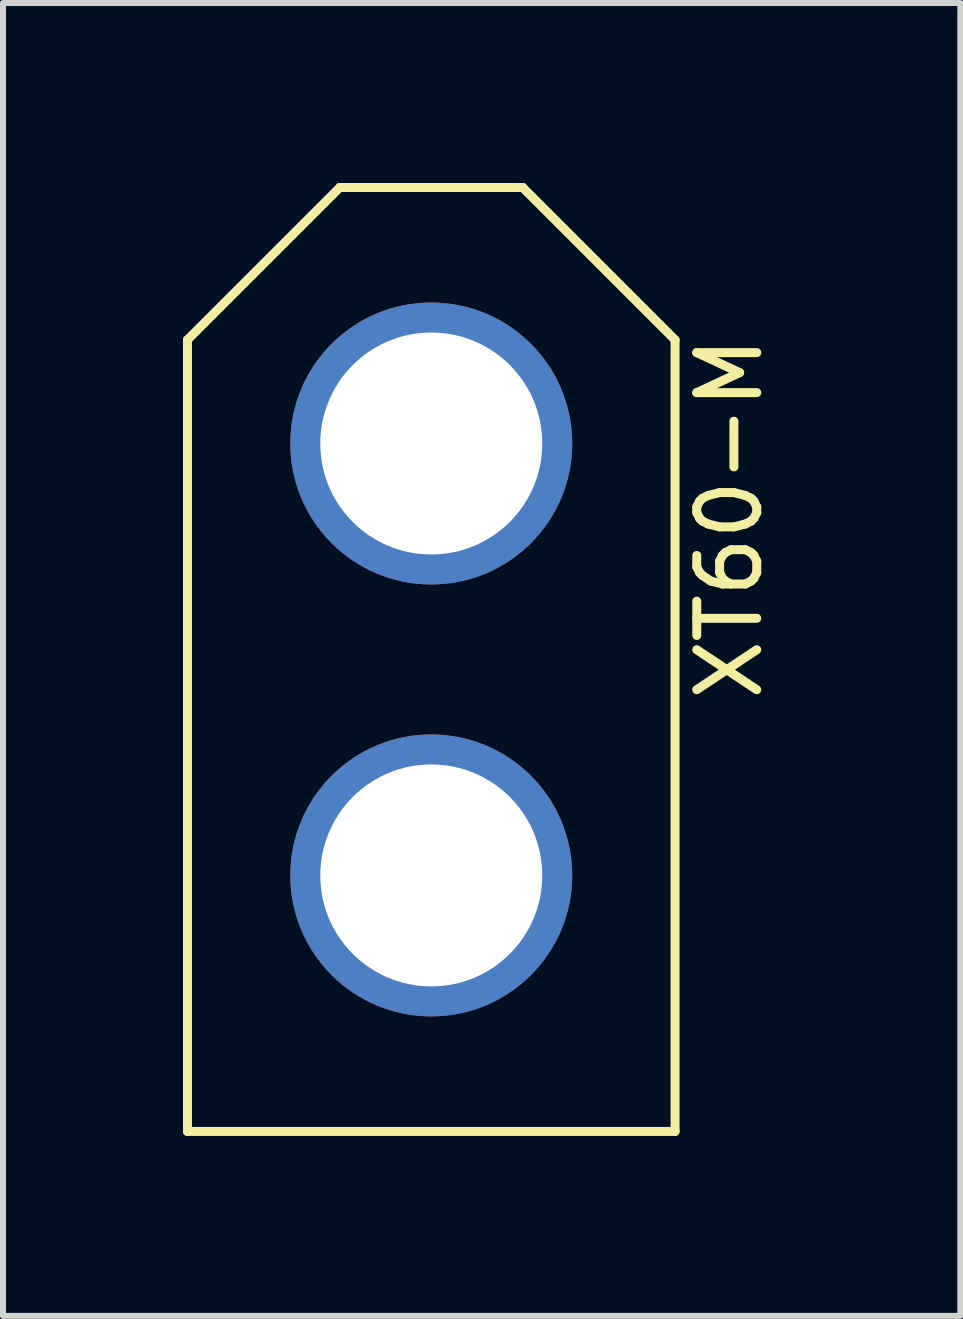
<source format=kicad_pcb>
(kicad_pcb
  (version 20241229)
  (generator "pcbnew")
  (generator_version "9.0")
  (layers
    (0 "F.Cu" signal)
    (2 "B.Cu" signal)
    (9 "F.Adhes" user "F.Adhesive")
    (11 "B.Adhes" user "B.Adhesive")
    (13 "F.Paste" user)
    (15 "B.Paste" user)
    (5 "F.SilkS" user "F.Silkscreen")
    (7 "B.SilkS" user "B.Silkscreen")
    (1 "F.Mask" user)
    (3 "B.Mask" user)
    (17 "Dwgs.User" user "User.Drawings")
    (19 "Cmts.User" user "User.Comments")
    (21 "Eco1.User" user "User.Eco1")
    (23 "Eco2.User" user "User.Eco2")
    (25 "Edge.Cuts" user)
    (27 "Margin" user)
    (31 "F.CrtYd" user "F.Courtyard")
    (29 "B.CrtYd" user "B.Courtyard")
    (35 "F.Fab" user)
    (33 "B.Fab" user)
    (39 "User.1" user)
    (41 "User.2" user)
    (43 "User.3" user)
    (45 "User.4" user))
  (footprint "XT60-M"
    (layer "F.Cu")
    (at 4.139 7.943)
    (property "Reference" "XT60-M" (at 4.971 -2.353 90) (layer "F.SilkS") (effects (font (size 1 1) (thickness 0.15))))
    (attr through_hole)
    (fp_line (start -4.064 -5.328) (end -1.524 -7.868) (stroke (width 0.15) (type solid)) (layer "F.SilkS"))
    (fp_line (start -4.064 7.868) (end -4.064 -5.328) (stroke (width 0.15) (type solid)) (layer "F.SilkS"))
    (fp_line (start -4.064 7.868) (end 4.064 7.868) (stroke (width 0.15) (type solid)) (layer "F.SilkS"))
    (fp_line (start -1.524 -7.868) (end 1.524 -7.868) (stroke (width 0.15) (type solid)) (layer "F.SilkS"))
    (fp_line (start 1.524 -7.868) (end 4.064 -5.328) (stroke (width 0.15) (type solid)) (layer "F.SilkS"))
    (fp_line (start 4.064 -5.328) (end 4.064 7.868) (stroke (width 0.15) (type solid)) (layer "F.SilkS"))
    (pad "1" thru_hole circle (at 0 -3.6) (size 4.7 4.7) (drill 3.7) (layers "*.Cu" "*.Mask"))
    (pad "2" thru_hole circle (at 0 3.6) (size 4.7 4.7) (drill 3.7) (layers "*.Cu" "*.Mask")))
  (gr_rect
    (start -3 -3)
    (end 12.958 18.885)
    (stroke (width 0.1) (type default))
    (fill no)
    (layer "Edge.Cuts")))
</source>
